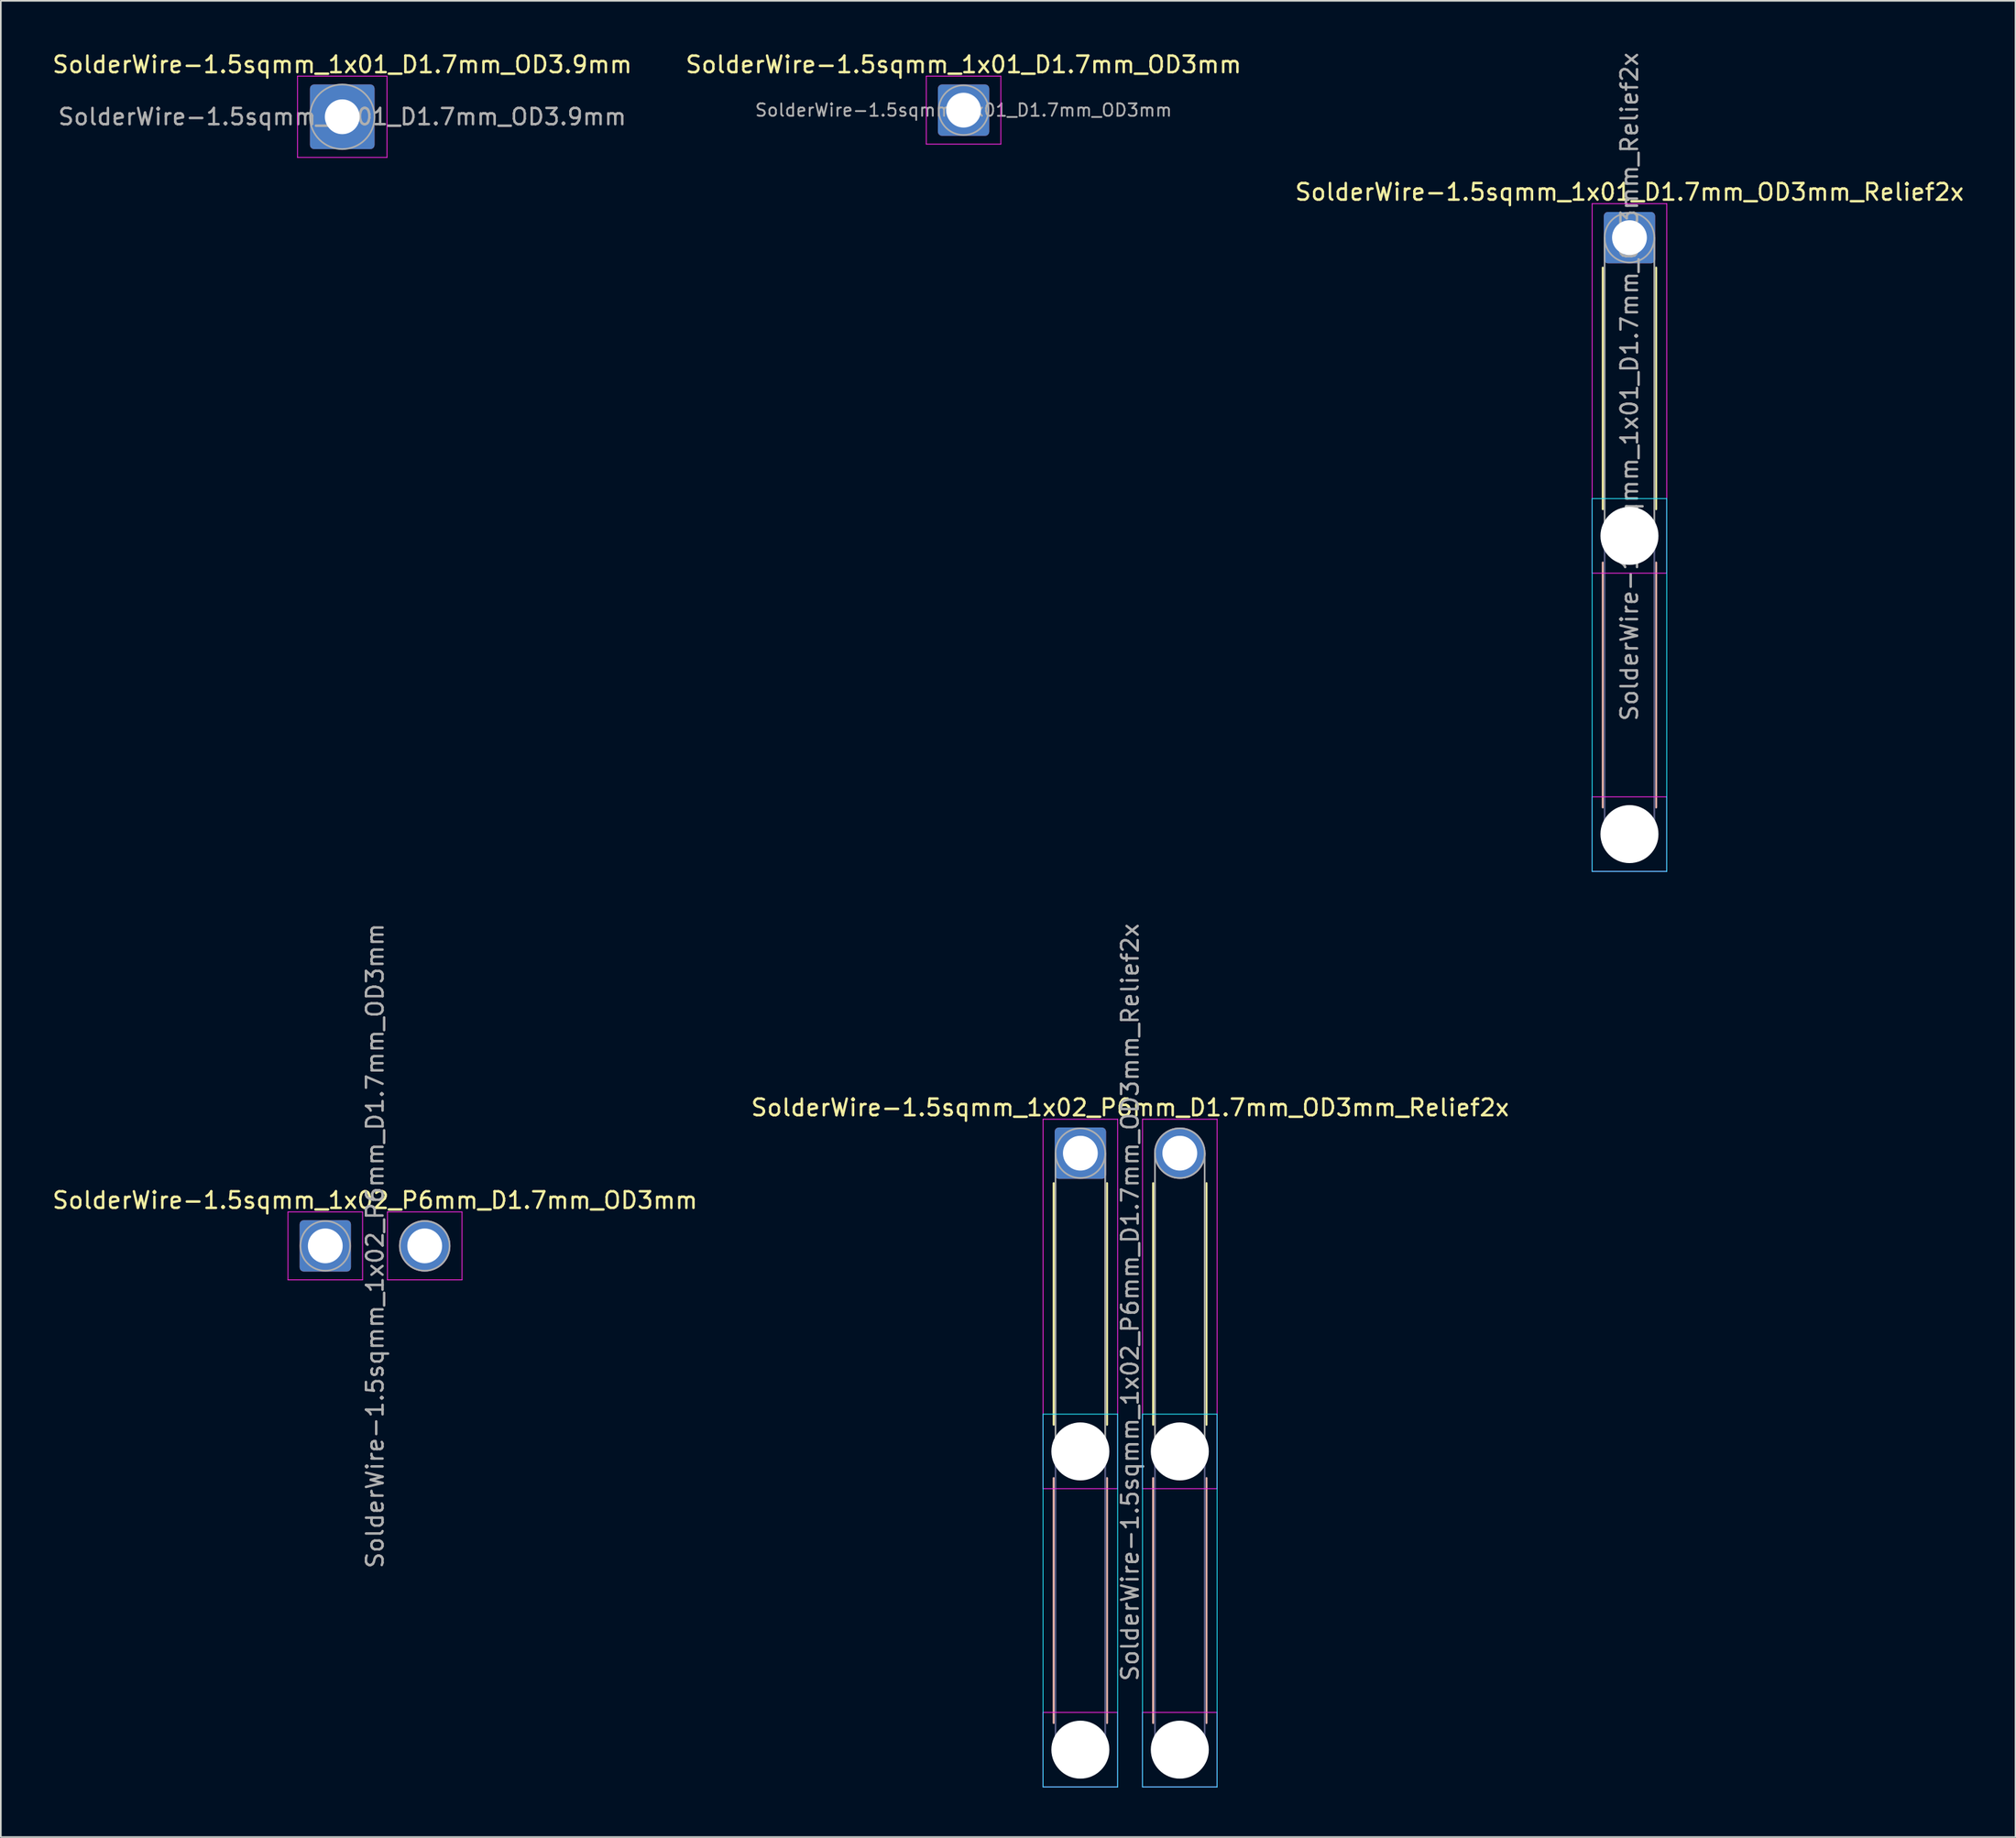
<source format=kicad_pcb>
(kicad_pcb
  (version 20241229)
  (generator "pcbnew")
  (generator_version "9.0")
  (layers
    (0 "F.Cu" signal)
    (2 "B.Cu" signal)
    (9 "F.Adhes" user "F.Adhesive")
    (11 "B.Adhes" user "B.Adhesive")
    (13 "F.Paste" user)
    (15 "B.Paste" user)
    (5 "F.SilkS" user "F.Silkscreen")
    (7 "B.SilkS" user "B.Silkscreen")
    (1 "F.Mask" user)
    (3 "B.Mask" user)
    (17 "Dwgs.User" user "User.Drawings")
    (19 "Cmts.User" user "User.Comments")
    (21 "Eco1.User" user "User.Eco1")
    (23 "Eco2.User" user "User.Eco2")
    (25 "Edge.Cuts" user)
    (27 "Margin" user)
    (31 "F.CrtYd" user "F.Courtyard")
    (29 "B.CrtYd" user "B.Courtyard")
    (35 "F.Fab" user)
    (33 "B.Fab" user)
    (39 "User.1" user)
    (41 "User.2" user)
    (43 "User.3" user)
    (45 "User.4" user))
  (footprint "SolderWire-1.5sqmm_1x01_D1.7mm_OD3mm"
    (layer "F.Cu")
    (at 55.089 3.598)
    (property "Reference" "SolderWire-1.5sqmm_1x01_D1.7mm_OD3mm" (at 0 -2.75 0) (layer "F.SilkS") (effects (font (size 1 1) (thickness 0.15))))
    (attr exclude_from_pos_files exclude_from_bom)
    (fp_line (start -2.25 -2.05) (end -2.25 2.05) (stroke (width 0.05) (type solid)) (layer "F.CrtYd"))
    (fp_line (start -2.25 2.05) (end 2.25 2.05) (stroke (width 0.05) (type solid)) (layer "F.CrtYd"))
    (fp_line (start 2.25 -2.05) (end -2.25 -2.05) (stroke (width 0.05) (type solid)) (layer "F.CrtYd"))
    (fp_line (start 2.25 2.05) (end 2.25 -2.05) (stroke (width 0.05) (type solid)) (layer "F.CrtYd"))
    (fp_circle (center 0 0) (end 1.5 0) (stroke (width 0.1) (type solid)) (fill no) (layer "F.Fab"))
    (fp_text user "${REFERENCE}" (at 0 0 0) (layer "F.Fab") (effects (font (size 0.75 0.75) (thickness 0.11))))
    (pad "1" thru_hole roundrect (at 0 0) (size 3.1 3.1) (drill 2.1) (layers "*.Cu" "*.Mask") (roundrect_rratio 0.081)))
  (footprint "SolderWire-1.5sqmm_1x01_D1.7mm_OD3mm_Relief2x"
    (layer "F.Cu")
    (at 95.268 11.292)
    (property "Reference" "SolderWire-1.5sqmm_1x01_D1.7mm_OD3mm_Relief2x" (at 0 -2.75 0) (layer "F.SilkS") (effects (font (size 1 1) (thickness 0.15))))
    (attr exclude_from_pos_files exclude_from_bom)
    (fp_line (start -1.61 1.81) (end -1.61 16.39) (stroke (width 0.12) (type solid)) (layer "F.SilkS"))
    (fp_line (start 1.61 1.81) (end 1.61 16.39) (stroke (width 0.12) (type solid)) (layer "F.SilkS"))
    (fp_line (start -1.61 19.61) (end -1.61 34.39) (stroke (width 0.12) (type solid)) (layer "B.SilkS"))
    (fp_line (start 1.61 19.61) (end 1.61 34.39) (stroke (width 0.12) (type solid)) (layer "B.SilkS"))
    (fp_line (start -2.25 15.75) (end -2.25 38.25) (stroke (width 0.05) (type solid)) (layer "B.CrtYd"))
    (fp_line (start -2.25 38.25) (end 2.25 38.25) (stroke (width 0.05) (type solid)) (layer "B.CrtYd"))
    (fp_line (start 2.25 15.75) (end -2.25 15.75) (stroke (width 0.05) (type solid)) (layer "B.CrtYd"))
    (fp_line (start 2.25 38.25) (end 2.25 15.75) (stroke (width 0.05) (type solid)) (layer "B.CrtYd"))
    (fp_line (start -2.25 -2.05) (end -2.25 20.25) (stroke (width 0.05) (type solid)) (layer "F.CrtYd"))
    (fp_line (start -2.25 20.25) (end 2.25 20.25) (stroke (width 0.05) (type solid)) (layer "F.CrtYd"))
    (fp_line (start -2.25 33.75) (end -2.25 38.25) (stroke (width 0.05) (type solid)) (layer "F.CrtYd"))
    (fp_line (start -2.25 38.25) (end 2.25 38.25) (stroke (width 0.05) (type solid)) (layer "F.CrtYd"))
    (fp_line (start 2.25 -2.05) (end -2.25 -2.05) (stroke (width 0.05) (type solid)) (layer "F.CrtYd"))
    (fp_line (start 2.25 20.25) (end 2.25 -2.05) (stroke (width 0.05) (type solid)) (layer "F.CrtYd"))
    (fp_line (start 2.25 33.75) (end -2.25 33.75) (stroke (width 0.05) (type solid)) (layer "F.CrtYd"))
    (fp_line (start 2.25 38.25) (end 2.25 33.75) (stroke (width 0.05) (type solid)) (layer "F.CrtYd"))
    (fp_line (start -1.5 18) (end -1.5 36) (stroke (width 0.1) (type solid)) (layer "B.Fab"))
    (fp_line (start 1.5 18) (end 1.5 36) (stroke (width 0.1) (type solid)) (layer "B.Fab"))
    (fp_circle (center 0 18) (end 1.5 18) (stroke (width 0.1) (type solid)) (fill no) (layer "B.Fab"))
    (fp_circle (center 0 36) (end 1.5 36) (stroke (width 0.1) (type solid)) (fill no) (layer "B.Fab"))
    (fp_line (start -1.5 0) (end -1.5 18) (stroke (width 0.1) (type solid)) (layer "F.Fab"))
    (fp_line (start 1.5 0) (end 1.5 18) (stroke (width 0.1) (type solid)) (layer "F.Fab"))
    (fp_circle (center 0 0) (end 1.5 0) (stroke (width 0.1) (type solid)) (fill no) (layer "F.Fab"))
    (fp_circle (center 0 18) (end 1.5 18) (stroke (width 0.1) (type solid)) (fill no) (layer "F.Fab"))
    (fp_circle (center 0 36) (end 1.5 36) (stroke (width 0.1) (type solid)) (fill no) (layer "F.Fab"))
    (fp_text user "${REFERENCE}" (at 0 9 90) (layer "F.Fab") (effects (font (size 1 1) (thickness 0.15))))
    (pad "" np_thru_hole circle (at 0 18) (size 3.5 3.5) (drill 3.5) (layers "*.Cu" "*.Mask"))
    (pad "" np_thru_hole circle (at 0 36) (size 3.5 3.5) (drill 3.5) (layers "*.Cu" "*.Mask"))
    (pad "1" thru_hole roundrect (at 0 0) (size 3.1 3.1) (drill 2.1) (layers "*.Cu" "*.Mask") (roundrect_rratio 0.081)))
  (footprint "SolderWire-1.5sqmm_1x01_D1.7mm_OD3.9mm"
    (layer "F.Cu")
    (at 17.601 3.998)
    (property "Reference" "SolderWire-1.5sqmm_1x01_D1.7mm_OD3.9mm" (at 0 -3.15 0) (layer "F.SilkS") (effects (font (size 1 1) (thickness 0.15))))
    (attr exclude_from_pos_files exclude_from_bom)
    (fp_line (start -2.7 -2.45) (end -2.7 2.45) (stroke (width 0.05) (type solid)) (layer "F.CrtYd"))
    (fp_line (start -2.7 2.45) (end 2.7 2.45) (stroke (width 0.05) (type solid)) (layer "F.CrtYd"))
    (fp_line (start 2.7 -2.45) (end -2.7 -2.45) (stroke (width 0.05) (type solid)) (layer "F.CrtYd"))
    (fp_line (start 2.7 2.45) (end 2.7 -2.45) (stroke (width 0.05) (type solid)) (layer "F.CrtYd"))
    (fp_circle (center 0 0) (end 1.95 0) (stroke (width 0.1) (type solid)) (fill no) (layer "F.Fab"))
    (fp_text user "${REFERENCE}" (at 0 0 0) (layer "F.Fab") (effects (font (size 0.98 0.98) (thickness 0.15))))
    (pad "1" thru_hole roundrect (at 0 0) (size 3.9 3.9) (drill 2.1) (layers "*.Cu" "*.Mask") (roundrect_rratio 0.064)))
  (footprint "SolderWire-1.5sqmm_1x02_P6mm_D1.7mm_OD3mm"
    (layer "F.Cu")
    (at 16.577 72.144)
    (property "Reference" "SolderWire-1.5sqmm_1x02_P6mm_D1.7mm_OD3mm" (at 3 -2.75 0) (layer "F.SilkS") (effects (font (size 1 1) (thickness 0.15))))
    (attr exclude_from_pos_files exclude_from_bom)
    (fp_line (start -2.25 -2.05) (end -2.25 2.05) (stroke (width 0.05) (type solid)) (layer "F.CrtYd"))
    (fp_line (start -2.25 2.05) (end 2.25 2.05) (stroke (width 0.05) (type solid)) (layer "F.CrtYd"))
    (fp_line (start 2.25 -2.05) (end -2.25 -2.05) (stroke (width 0.05) (type solid)) (layer "F.CrtYd"))
    (fp_line (start 2.25 2.05) (end 2.25 -2.05) (stroke (width 0.05) (type solid)) (layer "F.CrtYd"))
    (fp_line (start 3.75 -2.05) (end 3.75 2.05) (stroke (width 0.05) (type solid)) (layer "F.CrtYd"))
    (fp_line (start 3.75 2.05) (end 8.25 2.05) (stroke (width 0.05) (type solid)) (layer "F.CrtYd"))
    (fp_line (start 8.25 -2.05) (end 3.75 -2.05) (stroke (width 0.05) (type solid)) (layer "F.CrtYd"))
    (fp_line (start 8.25 2.05) (end 8.25 -2.05) (stroke (width 0.05) (type solid)) (layer "F.CrtYd"))
    (fp_circle (center 0 0) (end 1.5 0) (stroke (width 0.1) (type solid)) (fill no) (layer "F.Fab"))
    (fp_circle (center 6 0) (end 7.5 0) (stroke (width 0.1) (type solid)) (fill no) (layer "F.Fab"))
    (fp_text user "${REFERENCE}" (at 3 0 90) (layer "F.Fab") (effects (font (size 1 1) (thickness 0.15))))
    (pad "1" thru_hole roundrect (at 0 0) (size 3.1 3.1) (drill 2.1) (layers "*.Cu" "*.Mask") (roundrect_rratio 0.081))
    (pad "2" thru_hole circle (at 6 0) (size 3.1 3.1) (drill 2.1) (layers "*.Cu" "*.Mask")))
  (footprint "SolderWire-1.5sqmm_1x02_P6mm_D1.7mm_OD3mm_Relief2x"
    (layer "F.Cu")
    (at 62.137 66.549)
    (property "Reference" "SolderWire-1.5sqmm_1x02_P6mm_D1.7mm_OD3mm_Relief2x" (at 3 -2.75 0) (layer "F.SilkS") (effects (font (size 1 1) (thickness 0.15))))
    (attr exclude_from_pos_files exclude_from_bom)
    (fp_line (start -1.61 1.81) (end -1.61 16.39) (stroke (width 0.12) (type solid)) (layer "F.SilkS"))
    (fp_line (start 1.61 1.81) (end 1.61 16.39) (stroke (width 0.12) (type solid)) (layer "F.SilkS"))
    (fp_line (start 4.39 1.81) (end 4.39 16.39) (stroke (width 0.12) (type solid)) (layer "F.SilkS"))
    (fp_line (start 7.61 1.81) (end 7.61 16.39) (stroke (width 0.12) (type solid)) (layer "F.SilkS"))
    (fp_line (start -1.61 19.61) (end -1.61 34.39) (stroke (width 0.12) (type solid)) (layer "B.SilkS"))
    (fp_line (start 1.61 19.61) (end 1.61 34.39) (stroke (width 0.12) (type solid)) (layer "B.SilkS"))
    (fp_line (start 4.39 19.61) (end 4.39 34.39) (stroke (width 0.12) (type solid)) (layer "B.SilkS"))
    (fp_line (start 7.61 19.61) (end 7.61 34.39) (stroke (width 0.12) (type solid)) (layer "B.SilkS"))
    (fp_line (start -2.25 15.75) (end -2.25 38.25) (stroke (width 0.05) (type solid)) (layer "B.CrtYd"))
    (fp_line (start -2.25 38.25) (end 2.25 38.25) (stroke (width 0.05) (type solid)) (layer "B.CrtYd"))
    (fp_line (start 2.25 15.75) (end -2.25 15.75) (stroke (width 0.05) (type solid)) (layer "B.CrtYd"))
    (fp_line (start 2.25 38.25) (end 2.25 15.75) (stroke (width 0.05) (type solid)) (layer "B.CrtYd"))
    (fp_line (start 3.75 15.75) (end 3.75 38.25) (stroke (width 0.05) (type solid)) (layer "B.CrtYd"))
    (fp_line (start 3.75 38.25) (end 8.25 38.25) (stroke (width 0.05) (type solid)) (layer "B.CrtYd"))
    (fp_line (start 8.25 15.75) (end 3.75 15.75) (stroke (width 0.05) (type solid)) (layer "B.CrtYd"))
    (fp_line (start 8.25 38.25) (end 8.25 15.75) (stroke (width 0.05) (type solid)) (layer "B.CrtYd"))
    (fp_line (start -2.25 -2.05) (end -2.25 20.25) (stroke (width 0.05) (type solid)) (layer "F.CrtYd"))
    (fp_line (start -2.25 20.25) (end 2.25 20.25) (stroke (width 0.05) (type solid)) (layer "F.CrtYd"))
    (fp_line (start -2.25 33.75) (end -2.25 38.25) (stroke (width 0.05) (type solid)) (layer "F.CrtYd"))
    (fp_line (start -2.25 38.25) (end 2.25 38.25) (stroke (width 0.05) (type solid)) (layer "F.CrtYd"))
    (fp_line (start 2.25 -2.05) (end -2.25 -2.05) (stroke (width 0.05) (type solid)) (layer "F.CrtYd"))
    (fp_line (start 2.25 20.25) (end 2.25 -2.05) (stroke (width 0.05) (type solid)) (layer "F.CrtYd"))
    (fp_line (start 2.25 33.75) (end -2.25 33.75) (stroke (width 0.05) (type solid)) (layer "F.CrtYd"))
    (fp_line (start 2.25 38.25) (end 2.25 33.75) (stroke (width 0.05) (type solid)) (layer "F.CrtYd"))
    (fp_line (start 3.75 -2.05) (end 3.75 20.25) (stroke (width 0.05) (type solid)) (layer "F.CrtYd"))
    (fp_line (start 3.75 20.25) (end 8.25 20.25) (stroke (width 0.05) (type solid)) (layer "F.CrtYd"))
    (fp_line (start 3.75 33.75) (end 3.75 38.25) (stroke (width 0.05) (type solid)) (layer "F.CrtYd"))
    (fp_line (start 3.75 38.25) (end 8.25 38.25) (stroke (width 0.05) (type solid)) (layer "F.CrtYd"))
    (fp_line (start 8.25 -2.05) (end 3.75 -2.05) (stroke (width 0.05) (type solid)) (layer "F.CrtYd"))
    (fp_line (start 8.25 20.25) (end 8.25 -2.05) (stroke (width 0.05) (type solid)) (layer "F.CrtYd"))
    (fp_line (start 8.25 33.75) (end 3.75 33.75) (stroke (width 0.05) (type solid)) (layer "F.CrtYd"))
    (fp_line (start 8.25 38.25) (end 8.25 33.75) (stroke (width 0.05) (type solid)) (layer "F.CrtYd"))
    (fp_line (start -1.5 18) (end -1.5 36) (stroke (width 0.1) (type solid)) (layer "B.Fab"))
    (fp_line (start 1.5 18) (end 1.5 36) (stroke (width 0.1) (type solid)) (layer "B.Fab"))
    (fp_line (start 4.5 18) (end 4.5 36) (stroke (width 0.1) (type solid)) (layer "B.Fab"))
    (fp_line (start 7.5 18) (end 7.5 36) (stroke (width 0.1) (type solid)) (layer "B.Fab"))
    (fp_circle (center 0 18) (end 1.5 18) (stroke (width 0.1) (type solid)) (fill no) (layer "B.Fab"))
    (fp_circle (center 0 36) (end 1.5 36) (stroke (width 0.1) (type solid)) (fill no) (layer "B.Fab"))
    (fp_circle (center 6 18) (end 7.5 18) (stroke (width 0.1) (type solid)) (fill no) (layer "B.Fab"))
    (fp_circle (center 6 36) (end 7.5 36) (stroke (width 0.1) (type solid)) (fill no) (layer "B.Fab"))
    (fp_line (start -1.5 0) (end -1.5 18) (stroke (width 0.1) (type solid)) (layer "F.Fab"))
    (fp_line (start 1.5 0) (end 1.5 18) (stroke (width 0.1) (type solid)) (layer "F.Fab"))
    (fp_line (start 4.5 0) (end 4.5 18) (stroke (width 0.1) (type solid)) (layer "F.Fab"))
    (fp_line (start 7.5 0) (end 7.5 18) (stroke (width 0.1) (type solid)) (layer "F.Fab"))
    (fp_circle (center 0 0) (end 1.5 0) (stroke (width 0.1) (type solid)) (fill no) (layer "F.Fab"))
    (fp_circle (center 0 18) (end 1.5 18) (stroke (width 0.1) (type solid)) (fill no) (layer "F.Fab"))
    (fp_circle (center 0 36) (end 1.5 36) (stroke (width 0.1) (type solid)) (fill no) (layer "F.Fab"))
    (fp_circle (center 6 0) (end 7.5 0) (stroke (width 0.1) (type solid)) (fill no) (layer "F.Fab"))
    (fp_circle (center 6 18) (end 7.5 18) (stroke (width 0.1) (type solid)) (fill no) (layer "F.Fab"))
    (fp_circle (center 6 36) (end 7.5 36) (stroke (width 0.1) (type solid)) (fill no) (layer "F.Fab"))
    (fp_text user "${REFERENCE}" (at 3 9 90) (layer "F.Fab") (effects (font (size 1 1) (thickness 0.15))))
    (pad "" np_thru_hole circle (at 0 18) (size 3.5 3.5) (drill 3.5) (layers "*.Cu" "*.Mask"))
    (pad "" np_thru_hole circle (at 0 36) (size 3.5 3.5) (drill 3.5) (layers "*.Cu" "*.Mask"))
    (pad "" np_thru_hole circle (at 6 18) (size 3.5 3.5) (drill 3.5) (layers "*.Cu" "*.Mask"))
    (pad "" np_thru_hole circle (at 6 36) (size 3.5 3.5) (drill 3.5) (layers "*.Cu" "*.Mask"))
    (pad "1" thru_hole roundrect (at 0 0) (size 3.1 3.1) (drill 2.1) (layers "*.Cu" "*.Mask") (roundrect_rratio 0.081))
    (pad "2" thru_hole circle (at 6 0) (size 3.1 3.1) (drill 2.1) (layers "*.Cu" "*.Mask")))
  (gr_rect
    (start -3 -3)
    (end 118.56 107.824)
    (stroke (width 0.1) (type default))
    (fill no)
    (layer "Edge.Cuts")))
</source>
